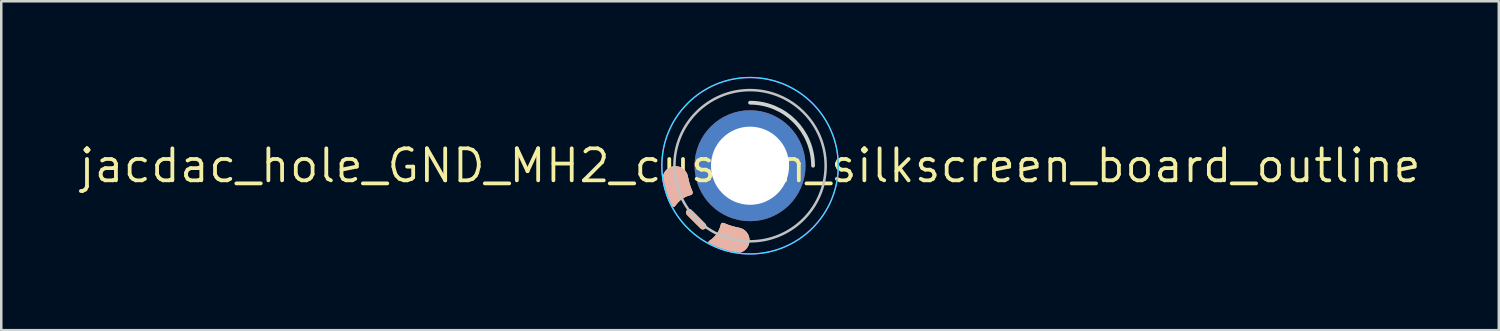
<source format=kicad_pcb>
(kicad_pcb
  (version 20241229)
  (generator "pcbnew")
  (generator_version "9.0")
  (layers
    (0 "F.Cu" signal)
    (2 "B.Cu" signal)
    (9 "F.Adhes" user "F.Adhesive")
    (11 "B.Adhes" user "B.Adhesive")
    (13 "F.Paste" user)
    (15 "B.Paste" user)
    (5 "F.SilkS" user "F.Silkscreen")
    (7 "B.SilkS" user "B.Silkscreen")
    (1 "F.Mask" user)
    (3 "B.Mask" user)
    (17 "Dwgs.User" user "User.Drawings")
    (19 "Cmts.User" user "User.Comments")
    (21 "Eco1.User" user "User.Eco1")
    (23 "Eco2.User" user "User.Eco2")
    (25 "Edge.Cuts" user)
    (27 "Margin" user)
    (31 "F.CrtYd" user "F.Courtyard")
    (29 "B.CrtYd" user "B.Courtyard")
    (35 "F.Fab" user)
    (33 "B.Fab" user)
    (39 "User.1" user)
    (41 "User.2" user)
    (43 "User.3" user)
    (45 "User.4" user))
  (footprint "jacdac_hole_GND_MH2_custom_silkscreen_board_outline"
    (layer "F.Cu")
    (at 26.708 3.525)
    (property "Reference" "jacdac_hole_GND_MH2_custom_silkscreen_board_outline" (at 0 0 0) (layer "F.SilkS") (effects (font (size 1.27 1.27) (thickness 0.15))))
    (attr through_hole)
    (fp_circle (center 0 0) (end -2.5 0) (stroke (width 0) (type solid)) (fill yes) (layer "F.Mask"))
    (fp_circle (center 0 0) (end -2.5 0) (stroke (width 0) (type solid)) (fill yes) (layer "B.Mask"))
    (fp_poly (pts (xy -2.284 1.095) (xy -2.292 1.111) (xy -2.302 1.124) (xy -2.311 1.133) (xy -2.32 1.141) (xy -2.332 1.148) (xy -2.347 1.154) (xy -2.368 1.161) (xy -2.394 1.169) (xy -2.395 1.169) (xy -2.452 1.187) (xy -2.504 1.206) (xy -2.553 1.227) (xy -2.586 1.244) (xy -2.662 1.286) (xy -2.733 1.336) (xy -2.8 1.392) (xy -2.863 1.453) (xy -2.919 1.519) (xy -2.947 1.556) (xy -2.969 1.585) (xy -2.989 1.607) (xy -3.009 1.622) (xy -3.028 1.631) (xy -3.048 1.635) (xy -3.053 1.635) (xy -3.072 1.633) (xy -3.088 1.627) (xy -3.104 1.616) (xy -3.119 1.598) (xy -3.135 1.575) (xy -3.151 1.544) (xy -3.152 1.544) (xy -3.209 1.422) (xy -3.262 1.295) (xy -3.311 1.162) (xy -3.356 1.025) (xy -3.395 0.885) (xy -3.43 0.743) (xy -3.442 0.685) (xy -3.453 0.625) (xy -3.46 0.572) (xy -3.463 0.525) (xy -3.462 0.483) (xy -3.458 0.449) (xy -3.444 0.386) (xy -3.422 0.326) (xy -3.394 0.27) (xy -3.36 0.219) (xy -3.319 0.172) (xy -3.273 0.13) (xy -3.221 0.094) (xy -3.212 0.089) (xy -3.159 0.063) (xy -3.103 0.043) (xy -3.045 0.03) (xy -2.985 0.024) (xy -2.924 0.024) (xy -2.865 0.032) (xy -2.807 0.047) (xy -2.803 0.048) (xy -2.747 0.071) (xy -2.694 0.101) (xy -2.645 0.137) (xy -2.6 0.178) (xy -2.561 0.225) (xy -2.527 0.276) (xy -2.5 0.33) (xy -2.491 0.352) (xy -2.487 0.366) (xy -2.481 0.386) (xy -2.475 0.411) (xy -2.469 0.437) (xy -2.463 0.464) (xy -2.463 0.464) (xy -2.442 0.564) (xy -2.418 0.658) (xy -2.392 0.747) (xy -2.363 0.835) (xy -2.33 0.922) (xy -2.31 0.969) (xy -2.297 1.004) (xy -2.287 1.033) (xy -2.282 1.057) (xy -2.281 1.077) (xy -2.284 1.095)) (stroke (width 0.01) (type solid)) (fill yes) (layer "F.SilkS"))
    (fp_poly (pts (xy -1.745 2.41) (xy -1.752 2.44) (xy -1.766 2.466) (xy -1.786 2.489) (xy -1.809 2.505) (xy -1.82 2.511) (xy -1.83 2.514) (xy -1.841 2.516) (xy -1.855 2.517) (xy -1.868 2.517) (xy -1.888 2.516) (xy -1.902 2.515) (xy -1.913 2.512) (xy -1.925 2.508) (xy -1.926 2.507) (xy -1.93 2.505) (xy -1.937 2.5) (xy -1.945 2.493) (xy -1.956 2.483) (xy -1.97 2.47) (xy -1.987 2.454) (xy -2.007 2.434) (xy -2.031 2.411) (xy -2.059 2.383) (xy -2.092 2.351) (xy -2.129 2.315) (xy -2.171 2.273) (xy -2.218 2.226) (xy -2.228 2.216) (xy -2.275 2.169) (xy -2.317 2.127) (xy -2.353 2.091) (xy -2.385 2.059) (xy -2.412 2.031) (xy -2.436 2.007) (xy -2.456 1.986) (xy -2.472 1.969) (xy -2.486 1.955) (xy -2.497 1.943) (xy -2.505 1.934) (xy -2.511 1.926) (xy -2.516 1.92) (xy -2.519 1.915) (xy -2.521 1.911) (xy -2.529 1.886) (xy -2.533 1.858) (xy -2.532 1.833) (xy -2.53 1.824) (xy -2.518 1.794) (xy -2.5 1.769) (xy -2.477 1.75) (xy -2.45 1.736) (xy -2.42 1.73) (xy -2.398 1.73) (xy -2.391 1.73) (xy -2.384 1.731) (xy -2.377 1.732) (xy -2.371 1.734) (xy -2.364 1.736) (xy -2.356 1.741) (xy -2.347 1.747) (xy -2.336 1.755) (xy -2.324 1.765) (xy -2.309 1.778) (xy -2.292 1.794) (xy -2.272 1.813) (xy -2.249 1.835) (xy -2.222 1.862) (xy -2.191 1.893) (xy -2.156 1.928) (xy -2.116 1.968) (xy -2.071 2.013) (xy -2.044 2.039) (xy -1.998 2.086) (xy -1.957 2.127) (xy -1.921 2.164) (xy -1.889 2.195) (xy -1.862 2.223) (xy -1.838 2.247) (xy -1.819 2.267) (xy -1.802 2.284) (xy -1.789 2.298) (xy -1.778 2.309) (xy -1.77 2.319) (xy -1.764 2.327) (xy -1.759 2.333) (xy -1.756 2.338) (xy -1.753 2.342) (xy -1.752 2.346) (xy -1.751 2.348) (xy -1.744 2.38) (xy -1.745 2.41)) (stroke (width 0.01) (type solid)) (fill yes) (layer "F.SilkS"))
    (fp_poly (pts (xy -0.035 3.045) (xy -0.048 3.103) (xy -0.069 3.158) (xy -0.095 3.211) (xy -0.128 3.259) (xy -0.166 3.304) (xy -0.209 3.344) (xy -0.258 3.379) (xy -0.311 3.409) (xy -0.368 3.433) (xy -0.43 3.45) (xy -0.432 3.45) (xy -0.449 3.453) (xy -0.469 3.455) (xy -0.491 3.457) (xy -0.519 3.457) (xy -0.531 3.457) (xy -0.552 3.457) (xy -0.573 3.456) (xy -0.595 3.454) (xy -0.617 3.451) (xy -0.642 3.447) (xy -0.67 3.442) (xy -0.703 3.435) (xy -0.74 3.427) (xy -0.784 3.417) (xy -0.803 3.413) (xy -0.916 3.385) (xy -1.032 3.351) (xy -1.149 3.312) (xy -1.265 3.27) (xy -1.379 3.224) (xy -1.488 3.176) (xy -1.559 3.142) (xy -1.586 3.127) (xy -1.607 3.115) (xy -1.623 3.103) (xy -1.634 3.091) (xy -1.642 3.078) (xy -1.643 3.076) (xy -1.649 3.058) (xy -1.649 3.041) (xy -1.645 3.027) (xy -1.634 3.008) (xy -1.615 2.987) (xy -1.59 2.967) (xy -1.585 2.964) (xy -1.512 2.91) (xy -1.445 2.85) (xy -1.383 2.786) (xy -1.328 2.718) (xy -1.279 2.645) (xy -1.237 2.568) (xy -1.212 2.512) (xy -1.199 2.48) (xy -1.188 2.449) (xy -1.177 2.415) (xy -1.166 2.377) (xy -1.158 2.345) (xy -1.152 2.326) (xy -1.147 2.313) (xy -1.14 2.303) (xy -1.132 2.294) (xy -1.117 2.281) (xy -1.101 2.273) (xy -1.082 2.27) (xy -1.061 2.273) (xy -1.035 2.28) (xy -1.013 2.289) (xy -0.892 2.339) (xy -0.768 2.382) (xy -0.64 2.419) (xy -0.506 2.451) (xy -0.475 2.457) (xy -0.441 2.464) (xy -0.412 2.471) (xy -0.389 2.477) (xy -0.368 2.483) (xy -0.35 2.489) (xy -0.331 2.497) (xy -0.317 2.503) (xy -0.264 2.532) (xy -0.215 2.567) (xy -0.17 2.608) (xy -0.131 2.654) (xy -0.097 2.704) (xy -0.069 2.757) (xy -0.048 2.813) (xy -0.037 2.861) (xy -0.029 2.923) (xy -0.028 2.985) (xy -0.035 3.045)) (stroke (width 0.01) (type solid)) (fill yes) (layer "F.SilkS"))
    (fp_poly (pts (xy -2.285 1.098) (xy -2.292 1.113) (xy -2.302 1.127) (xy -2.311 1.136) (xy -2.321 1.144) (xy -2.332 1.15) (xy -2.348 1.157) (xy -2.368 1.164) (xy -2.395 1.172) (xy -2.396 1.172) (xy -2.452 1.19) (xy -2.504 1.209) (xy -2.554 1.23) (xy -2.587 1.246) (xy -2.662 1.289) (xy -2.733 1.339) (xy -2.801 1.394) (xy -2.863 1.455) (xy -2.92 1.522) (xy -2.947 1.559) (xy -2.969 1.588) (xy -2.99 1.609) (xy -3.009 1.625) (xy -3.028 1.634) (xy -3.048 1.638) (xy -3.053 1.638) (xy -3.072 1.636) (xy -3.089 1.63) (xy -3.104 1.618) (xy -3.12 1.601) (xy -3.135 1.577) (xy -3.152 1.547) (xy -3.152 1.546) (xy -3.209 1.425) (xy -3.263 1.297) (xy -3.312 1.165) (xy -3.356 1.028) (xy -3.396 0.888) (xy -3.43 0.746) (xy -3.442 0.687) (xy -3.453 0.628) (xy -3.46 0.575) (xy -3.463 0.527) (xy -3.462 0.485) (xy -3.458 0.452) (xy -3.444 0.388) (xy -3.423 0.328) (xy -3.395 0.273) (xy -3.36 0.221) (xy -3.32 0.175) (xy -3.273 0.133) (xy -3.221 0.097) (xy -3.212 0.092) (xy -3.16 0.065) (xy -3.104 0.046) (xy -3.045 0.033) (xy -2.985 0.026) (xy -2.924 0.027) (xy -2.865 0.035) (xy -2.807 0.05) (xy -2.803 0.051) (xy -2.747 0.074) (xy -2.694 0.104) (xy -2.645 0.14) (xy -2.6 0.181) (xy -2.561 0.228) (xy -2.527 0.278) (xy -2.5 0.332) (xy -2.491 0.354) (xy -2.487 0.369) (xy -2.481 0.389) (xy -2.475 0.413) (xy -2.469 0.44) (xy -2.464 0.467) (xy -2.463 0.467) (xy -2.442 0.567) (xy -2.418 0.66) (xy -2.392 0.75) (xy -2.363 0.838) (xy -2.33 0.925) (xy -2.31 0.972) (xy -2.297 1.007) (xy -2.287 1.036) (xy -2.282 1.06) (xy -2.281 1.08) (xy -2.285 1.098)) (stroke (width 0.01) (type solid)) (fill yes) (layer "B.SilkS"))
    (fp_poly (pts (xy -1.745 2.413) (xy -1.752 2.442) (xy -1.767 2.469) (xy -1.787 2.492) (xy -1.81 2.508) (xy -1.821 2.513) (xy -1.83 2.517) (xy -1.841 2.519) (xy -1.855 2.519) (xy -1.869 2.519) (xy -1.888 2.519) (xy -1.902 2.518) (xy -1.914 2.515) (xy -1.925 2.511) (xy -1.926 2.51) (xy -1.931 2.507) (xy -1.937 2.502) (xy -1.945 2.495) (xy -1.956 2.486) (xy -1.97 2.473) (xy -1.987 2.457) (xy -2.008 2.437) (xy -2.032 2.414) (xy -2.06 2.386) (xy -2.092 2.354) (xy -2.129 2.317) (xy -2.171 2.276) (xy -2.218 2.229) (xy -2.229 2.218) (xy -2.275 2.171) (xy -2.317 2.13) (xy -2.353 2.093) (xy -2.385 2.061) (xy -2.413 2.033) (xy -2.436 2.01) (xy -2.456 1.989) (xy -2.473 1.972) (xy -2.486 1.958) (xy -2.497 1.946) (xy -2.505 1.936) (xy -2.512 1.929) (xy -2.516 1.923) (xy -2.519 1.918) (xy -2.521 1.914) (xy -2.53 1.888) (xy -2.533 1.861) (xy -2.532 1.836) (xy -2.53 1.827) (xy -2.518 1.797) (xy -2.5 1.772) (xy -2.477 1.752) (xy -2.45 1.739) (xy -2.42 1.733) (xy -2.399 1.732) (xy -2.391 1.733) (xy -2.384 1.733) (xy -2.378 1.734) (xy -2.371 1.736) (xy -2.364 1.739) (xy -2.356 1.743) (xy -2.347 1.749) (xy -2.337 1.757) (xy -2.324 1.767) (xy -2.31 1.78) (xy -2.293 1.796) (xy -2.273 1.815) (xy -2.249 1.838) (xy -2.222 1.865) (xy -2.191 1.895) (xy -2.156 1.93) (xy -2.116 1.971) (xy -2.071 2.016) (xy -2.045 2.042) (xy -1.998 2.089) (xy -1.957 2.13) (xy -1.921 2.166) (xy -1.889 2.198) (xy -1.862 2.226) (xy -1.839 2.249) (xy -1.819 2.269) (xy -1.803 2.286) (xy -1.789 2.301) (xy -1.779 2.312) (xy -1.77 2.322) (xy -1.764 2.329) (xy -1.759 2.335) (xy -1.756 2.34) (xy -1.753 2.345) (xy -1.752 2.349) (xy -1.751 2.351) (xy -1.744 2.382) (xy -1.745 2.413)) (stroke (width 0.01) (type solid)) (fill yes) (layer "B.SilkS"))
    (fp_poly (pts (xy -0.035 3.048) (xy -0.049 3.106) (xy -0.069 3.161) (xy -0.096 3.213) (xy -0.128 3.262) (xy -0.166 3.307) (xy -0.21 3.347) (xy -0.258 3.382) (xy -0.311 3.412) (xy -0.369 3.435) (xy -0.43 3.452) (xy -0.432 3.453) (xy -0.45 3.456) (xy -0.469 3.458) (xy -0.491 3.459) (xy -0.52 3.46) (xy -0.531 3.46) (xy -0.553 3.459) (xy -0.574 3.458) (xy -0.595 3.456) (xy -0.618 3.454) (xy -0.642 3.45) (xy -0.67 3.445) (xy -0.703 3.438) (xy -0.741 3.43) (xy -0.785 3.42) (xy -0.803 3.416) (xy -0.916 3.387) (xy -1.033 3.354) (xy -1.15 3.315) (xy -1.266 3.273) (xy -1.379 3.227) (xy -1.488 3.179) (xy -1.559 3.145) (xy -1.586 3.13) (xy -1.608 3.117) (xy -1.623 3.105) (xy -1.634 3.093) (xy -1.642 3.081) (xy -1.643 3.079) (xy -1.649 3.061) (xy -1.649 3.044) (xy -1.645 3.03) (xy -1.634 3.01) (xy -1.616 2.99) (xy -1.59 2.97) (xy -1.586 2.966) (xy -1.512 2.912) (xy -1.445 2.853) (xy -1.383 2.789) (xy -1.328 2.72) (xy -1.279 2.648) (xy -1.237 2.571) (xy -1.212 2.514) (xy -1.2 2.483) (xy -1.188 2.452) (xy -1.178 2.418) (xy -1.167 2.38) (xy -1.158 2.347) (xy -1.152 2.329) (xy -1.147 2.316) (xy -1.14 2.305) (xy -1.133 2.297) (xy -1.117 2.284) (xy -1.101 2.276) (xy -1.083 2.273) (xy -1.061 2.275) (xy -1.036 2.283) (xy -1.013 2.292) (xy -0.893 2.342) (xy -0.768 2.385) (xy -0.64 2.422) (xy -0.506 2.454) (xy -0.476 2.46) (xy -0.441 2.467) (xy -0.413 2.473) (xy -0.389 2.479) (xy -0.369 2.485) (xy -0.35 2.492) (xy -0.331 2.5) (xy -0.317 2.506) (xy -0.264 2.535) (xy -0.215 2.57) (xy -0.171 2.611) (xy -0.131 2.656) (xy -0.097 2.706) (xy -0.07 2.76) (xy -0.049 2.816) (xy -0.037 2.863) (xy -0.029 2.926) (xy -0.028 2.988) (xy -0.035 3.048)) (stroke (width 0.01) (type solid)) (fill yes) (layer "B.SilkS"))
    (fp_circle (center 0 0) (end -3 0) (stroke (width 0.1) (type default)) (fill no) (layer "Dwgs.User"))
    (fp_arc (start 0 -2.5) (mid 1.767767 -1.767767) (end 2.5 0) (stroke (width 0.15) (type default)) (layer "Edge.Cuts"))
    (fp_circle (center 0 0) (end -3.5 0) (stroke (width 0.05) (type default)) (fill no) (layer "B.CrtYd"))
    (fp_circle (center 0 0) (end -3.5 0) (stroke (width 0.05) (type default)) (fill no) (layer "F.CrtYd"))
    (pad "MH2" thru_hole circle (at 0 0 180) (size 4.4 4.4) (drill 3.1) (layers "*.Cu"))
    (zone (net_name "") (layers "F.Cu" "B.Cu") (hatch edge 0.508) (connect_pads) (min_thickness 0.254) (filled_areas_thickness no) (keepout (tracks allowed) (vias allowed) (pads allowed) (copperpour not_allowed) (footprints allowed)) (placement (enabled no)) (fill) (polygon (pts (xy 23.702 3.525) (xy 23.723 3.874) (xy 23.783 4.218) (xy 23.884 4.553) (xy 24.022 4.874) (xy 24.197 5.176) (xy 24.405 5.457) (xy 24.645 5.711) (xy 24.913 5.935) (xy 25.205 6.127) (xy 25.517 6.284) (xy 25.846 6.404) (xy 26.186 6.484) (xy 26.533 6.525) (xy 26.882 6.525) (xy 27.229 6.484) (xy 27.569 6.404) (xy 27.898 6.284) (xy 28.21 6.127) (xy 28.502 5.935) (xy 28.77 5.711) (xy 29.01 5.457) (xy 29.218 5.176) (xy 29.393 4.874) (xy 29.531 4.553) (xy 29.632 4.218) (xy 29.692 3.874) (xy 29.713 3.525) (xy 29.692 3.176) (xy 29.632 2.832) (xy 29.531 2.497) (xy 29.393 2.176) (xy 29.218 1.874) (xy 29.01 1.593) (xy 28.77 1.339) (xy 28.502 1.115) (xy 28.21 0.923) (xy 27.898 0.766) (xy 27.569 0.646) (xy 27.229 0.566) (xy 26.882 0.525) (xy 26.533 0.525) (xy 26.186 0.566) (xy 25.846 0.646) (xy 25.517 0.766) (xy 25.205 0.923) (xy 24.913 1.115) (xy 24.645 1.339) (xy 24.405 1.593) (xy 24.197 1.874) (xy 24.022 2.176) (xy 23.884 2.497) (xy 23.783 2.832) (xy 23.723 3.176)))))
  (gr_rect
    (start -3 -3)
    (end 56.415 10.05)
    (stroke (width 0.1) (type default))
    (fill no)
    (layer "Edge.Cuts")))
</source>
